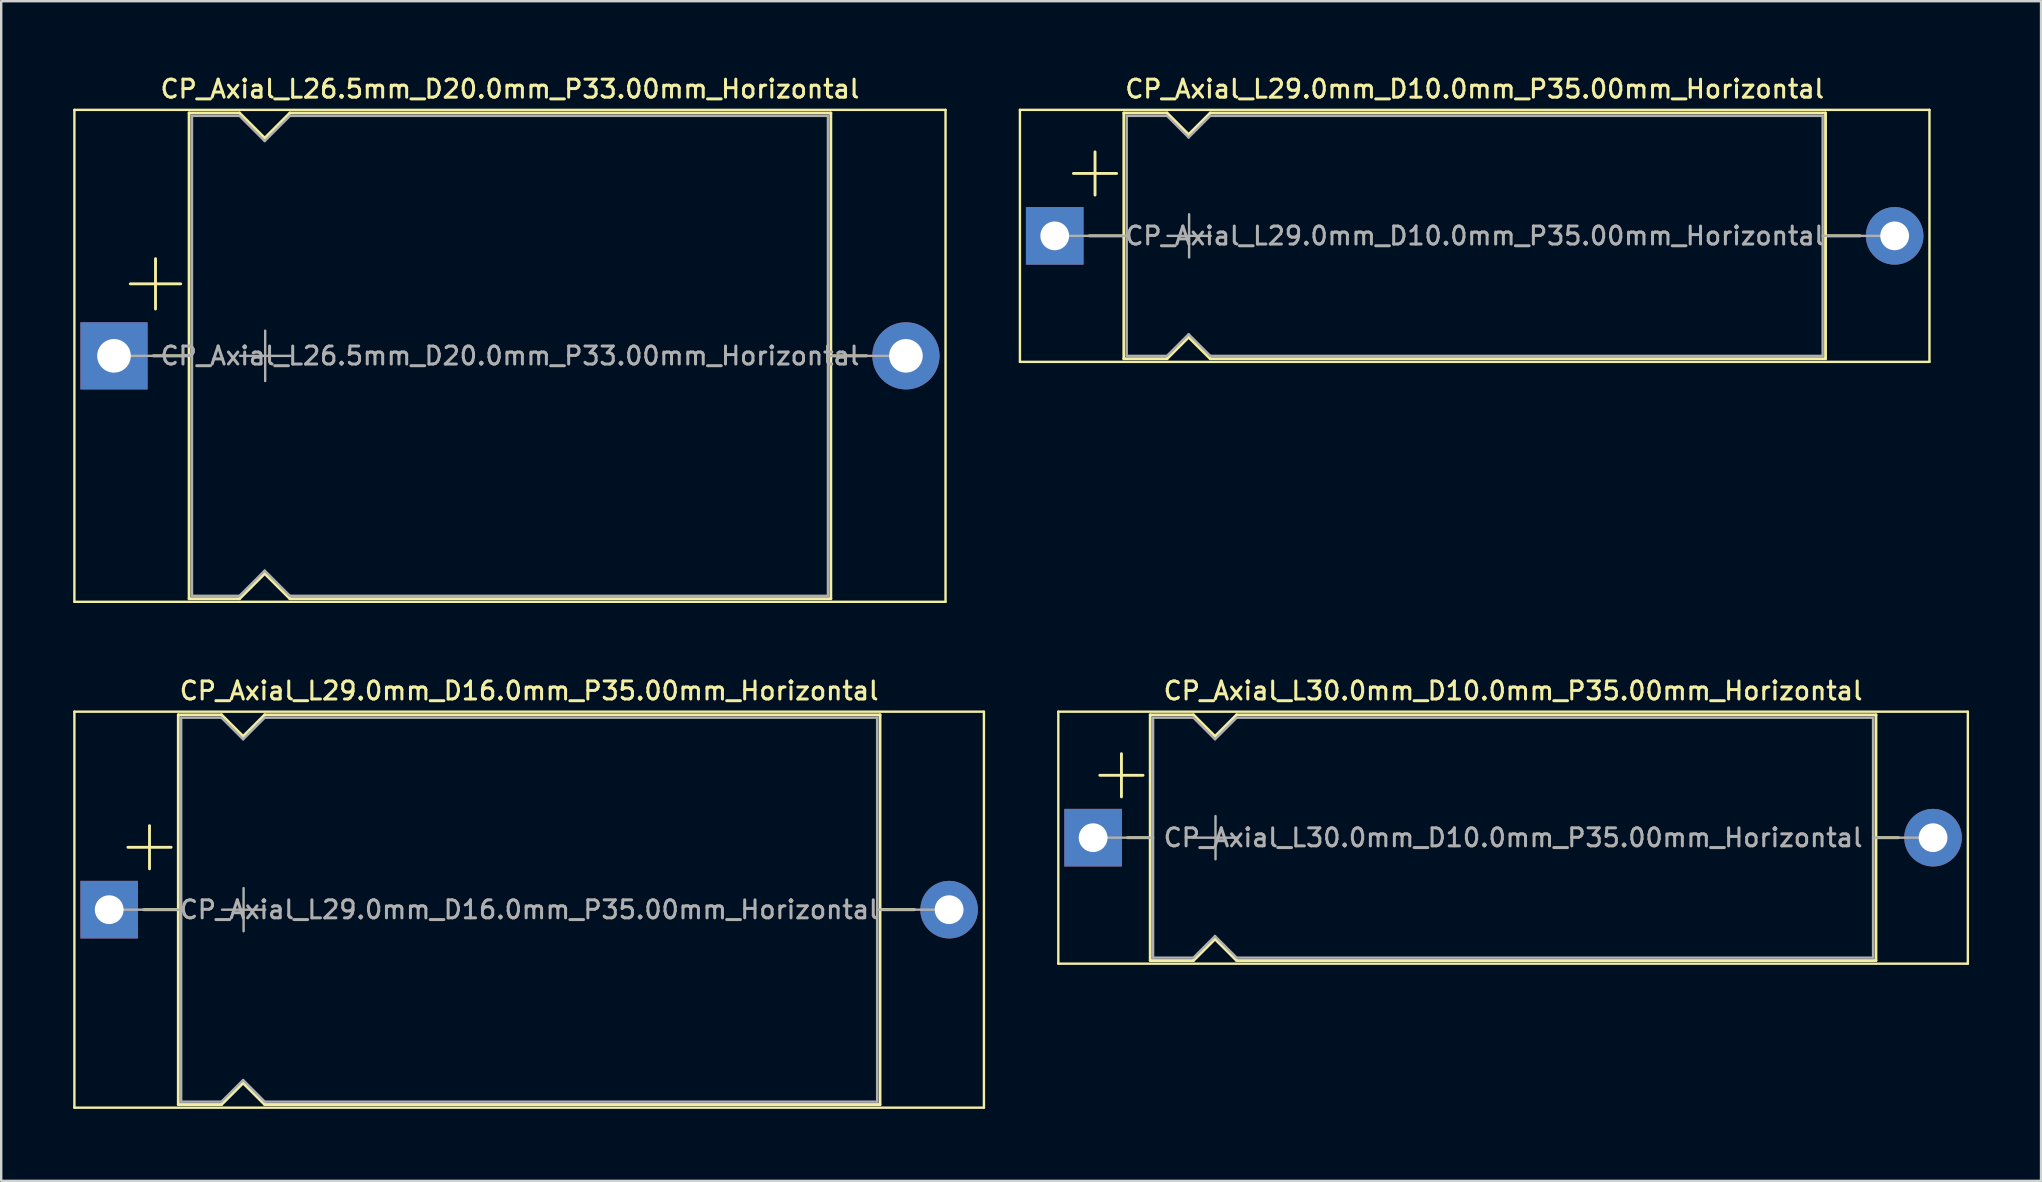
<source format=kicad_pcb>
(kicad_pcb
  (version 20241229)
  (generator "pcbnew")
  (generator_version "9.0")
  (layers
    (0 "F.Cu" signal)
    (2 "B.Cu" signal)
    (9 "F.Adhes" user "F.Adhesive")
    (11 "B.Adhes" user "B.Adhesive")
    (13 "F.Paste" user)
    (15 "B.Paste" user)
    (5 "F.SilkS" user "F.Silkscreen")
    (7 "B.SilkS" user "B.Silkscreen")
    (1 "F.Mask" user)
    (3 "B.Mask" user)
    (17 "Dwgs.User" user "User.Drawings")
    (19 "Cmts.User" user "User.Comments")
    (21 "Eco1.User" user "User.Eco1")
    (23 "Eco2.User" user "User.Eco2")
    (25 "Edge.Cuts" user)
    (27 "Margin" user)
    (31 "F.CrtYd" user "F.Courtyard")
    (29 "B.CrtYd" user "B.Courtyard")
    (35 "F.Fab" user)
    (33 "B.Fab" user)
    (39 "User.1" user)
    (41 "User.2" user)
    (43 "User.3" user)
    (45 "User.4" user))
  (footprint "CP_Axial_L26.5mm_D20.0mm_P33.00mm_Horizontal"
    (layer "F.Cu")
    (at 1.7 11.778)
    (property "Reference" "CP_Axial_L26.5mm_D20.0mm_P33.00mm_Horizontal" (at 16.5 -11.12 0) (layer "F.SilkS") (effects (font (size 0.75 0.75) (thickness 0.125))))
    (attr through_hole)
    (fp_line (start -1.65 -10.25) (end -1.65 10.25) (stroke (width 0.1) (type solid)) (layer "F.SilkS"))
    (fp_line (start -1.65 10.25) (end 34.65 10.25) (stroke (width 0.1) (type solid)) (layer "F.SilkS"))
    (fp_line (start 0.68 -3) (end 2.78 -3) (stroke (width 0.12) (type solid)) (layer "F.SilkS"))
    (fp_line (start 1.64 0) (end 3.13 0) (stroke (width 0.12) (type solid)) (layer "F.SilkS"))
    (fp_line (start 1.73 -4.05) (end 1.73 -1.95) (stroke (width 0.12) (type solid)) (layer "F.SilkS"))
    (fp_line (start 3.13 -10.12) (end 3.13 10.12) (stroke (width 0.12) (type solid)) (layer "F.SilkS"))
    (fp_line (start 3.13 -10.12) (end 5.23 -10.12) (stroke (width 0.12) (type solid)) (layer "F.SilkS"))
    (fp_line (start 3.13 10.12) (end 5.23 10.12) (stroke (width 0.12) (type solid)) (layer "F.SilkS"))
    (fp_line (start 5.23 -10.12) (end 6.28 -9.07) (stroke (width 0.12) (type solid)) (layer "F.SilkS"))
    (fp_line (start 5.23 10.12) (end 6.28 9.07) (stroke (width 0.12) (type solid)) (layer "F.SilkS"))
    (fp_line (start 6.28 -9.07) (end 7.33 -10.12) (stroke (width 0.12) (type solid)) (layer "F.SilkS"))
    (fp_line (start 6.28 9.07) (end 7.33 10.12) (stroke (width 0.12) (type solid)) (layer "F.SilkS"))
    (fp_line (start 7.33 -10.12) (end 29.87 -10.12) (stroke (width 0.12) (type solid)) (layer "F.SilkS"))
    (fp_line (start 7.33 10.12) (end 29.87 10.12) (stroke (width 0.12) (type solid)) (layer "F.SilkS"))
    (fp_line (start 29.87 -10.12) (end 29.87 10.12) (stroke (width 0.12) (type solid)) (layer "F.SilkS"))
    (fp_line (start 31.36 0) (end 29.87 0) (stroke (width 0.12) (type solid)) (layer "F.SilkS"))
    (fp_line (start 34.65 -10.25) (end -1.65 -10.25) (stroke (width 0.1) (type solid)) (layer "F.SilkS"))
    (fp_line (start 34.65 10.25) (end 34.65 -10.25) (stroke (width 0.1) (type solid)) (layer "F.SilkS"))
    (fp_line (start 0 0) (end 3.25 0) (stroke (width 0.1) (type solid)) (layer "F.Fab"))
    (fp_line (start 3.25 -10) (end 3.25 10) (stroke (width 0.1) (type solid)) (layer "F.Fab"))
    (fp_line (start 3.25 -10) (end 5.23 -10) (stroke (width 0.1) (type solid)) (layer "F.Fab"))
    (fp_line (start 3.25 10) (end 5.23 10) (stroke (width 0.1) (type solid)) (layer "F.Fab"))
    (fp_line (start 5.23 -10) (end 6.28 -8.95) (stroke (width 0.1) (type solid)) (layer "F.Fab"))
    (fp_line (start 5.23 10) (end 6.28 8.95) (stroke (width 0.1) (type solid)) (layer "F.Fab"))
    (fp_line (start 5.25 0) (end 7.35 0) (stroke (width 0.1) (type solid)) (layer "F.Fab"))
    (fp_line (start 6.28 -8.95) (end 7.33 -10) (stroke (width 0.1) (type solid)) (layer "F.Fab"))
    (fp_line (start 6.28 8.95) (end 7.33 10) (stroke (width 0.1) (type solid)) (layer "F.Fab"))
    (fp_line (start 6.3 -1.05) (end 6.3 1.05) (stroke (width 0.1) (type solid)) (layer "F.Fab"))
    (fp_line (start 7.33 -10) (end 29.75 -10) (stroke (width 0.1) (type solid)) (layer "F.Fab"))
    (fp_line (start 7.33 10) (end 29.75 10) (stroke (width 0.1) (type solid)) (layer "F.Fab"))
    (fp_line (start 29.75 -10) (end 29.75 10) (stroke (width 0.1) (type solid)) (layer "F.Fab"))
    (fp_line (start 33 0) (end 29.75 0) (stroke (width 0.1) (type solid)) (layer "F.Fab"))
    (fp_text user "${REFERENCE}" (at 16.5 0 0) (layer "F.Fab") (effects (font (size 0.75 0.75) (thickness 0.125))))
    (pad "1" thru_hole rect (at 0 0) (size 2.8 2.8) (drill 1.4) (layers "*.Cu" "*.Mask"))
    (pad "2" thru_hole oval (at 33 0) (size 2.8 2.8) (drill 1.4) (layers "*.Cu" "*.Mask")))
  (footprint "CP_Axial_L29.0mm_D10.0mm_P35.00mm_Horizontal"
    (layer "F.Cu")
    (at 40.9 6.778)
    (property "Reference" "CP_Axial_L29.0mm_D10.0mm_P35.00mm_Horizontal" (at 17.5 -6.12 0) (layer "F.SilkS") (effects (font (size 0.75 0.75) (thickness 0.125))))
    (attr through_hole)
    (fp_line (start -1.45 -5.25) (end -1.45 5.25) (stroke (width 0.1) (type solid)) (layer "F.SilkS"))
    (fp_line (start -1.45 5.25) (end 36.45 5.25) (stroke (width 0.1) (type solid)) (layer "F.SilkS"))
    (fp_line (start 0.78 -2.6) (end 2.58 -2.6) (stroke (width 0.12) (type solid)) (layer "F.SilkS"))
    (fp_line (start 1.44 0) (end 2.88 0) (stroke (width 0.12) (type solid)) (layer "F.SilkS"))
    (fp_line (start 1.68 -3.5) (end 1.68 -1.7) (stroke (width 0.12) (type solid)) (layer "F.SilkS"))
    (fp_line (start 2.88 -5.12) (end 2.88 5.12) (stroke (width 0.12) (type solid)) (layer "F.SilkS"))
    (fp_line (start 2.88 -5.12) (end 4.68 -5.12) (stroke (width 0.12) (type solid)) (layer "F.SilkS"))
    (fp_line (start 2.88 5.12) (end 4.68 5.12) (stroke (width 0.12) (type solid)) (layer "F.SilkS"))
    (fp_line (start 4.68 -5.12) (end 5.58 -4.22) (stroke (width 0.12) (type solid)) (layer "F.SilkS"))
    (fp_line (start 4.68 5.12) (end 5.58 4.22) (stroke (width 0.12) (type solid)) (layer "F.SilkS"))
    (fp_line (start 5.58 -4.22) (end 6.48 -5.12) (stroke (width 0.12) (type solid)) (layer "F.SilkS"))
    (fp_line (start 5.58 4.22) (end 6.48 5.12) (stroke (width 0.12) (type solid)) (layer "F.SilkS"))
    (fp_line (start 6.48 -5.12) (end 32.12 -5.12) (stroke (width 0.12) (type solid)) (layer "F.SilkS"))
    (fp_line (start 6.48 5.12) (end 32.12 5.12) (stroke (width 0.12) (type solid)) (layer "F.SilkS"))
    (fp_line (start 32.12 -5.12) (end 32.12 5.12) (stroke (width 0.12) (type solid)) (layer "F.SilkS"))
    (fp_line (start 33.56 0) (end 32.12 0) (stroke (width 0.12) (type solid)) (layer "F.SilkS"))
    (fp_line (start 36.45 -5.25) (end -1.45 -5.25) (stroke (width 0.1) (type solid)) (layer "F.SilkS"))
    (fp_line (start 36.45 5.25) (end 36.45 -5.25) (stroke (width 0.1) (type solid)) (layer "F.SilkS"))
    (fp_line (start 0 0) (end 3 0) (stroke (width 0.1) (type solid)) (layer "F.Fab"))
    (fp_line (start 3 -5) (end 3 5) (stroke (width 0.1) (type solid)) (layer "F.Fab"))
    (fp_line (start 3 -5) (end 4.68 -5) (stroke (width 0.1) (type solid)) (layer "F.Fab"))
    (fp_line (start 3 5) (end 4.68 5) (stroke (width 0.1) (type solid)) (layer "F.Fab"))
    (fp_line (start 4.68 -5) (end 5.58 -4.1) (stroke (width 0.1) (type solid)) (layer "F.Fab"))
    (fp_line (start 4.68 5) (end 5.58 4.1) (stroke (width 0.1) (type solid)) (layer "F.Fab"))
    (fp_line (start 4.7 0) (end 6.5 0) (stroke (width 0.1) (type solid)) (layer "F.Fab"))
    (fp_line (start 5.58 -4.1) (end 6.48 -5) (stroke (width 0.1) (type solid)) (layer "F.Fab"))
    (fp_line (start 5.58 4.1) (end 6.48 5) (stroke (width 0.1) (type solid)) (layer "F.Fab"))
    (fp_line (start 5.6 -0.9) (end 5.6 0.9) (stroke (width 0.1) (type solid)) (layer "F.Fab"))
    (fp_line (start 6.48 -5) (end 32 -5) (stroke (width 0.1) (type solid)) (layer "F.Fab"))
    (fp_line (start 6.48 5) (end 32 5) (stroke (width 0.1) (type solid)) (layer "F.Fab"))
    (fp_line (start 32 -5) (end 32 5) (stroke (width 0.1) (type solid)) (layer "F.Fab"))
    (fp_line (start 35 0) (end 32 0) (stroke (width 0.1) (type solid)) (layer "F.Fab"))
    (fp_text user "${REFERENCE}" (at 17.5 0 0) (layer "F.Fab") (effects (font (size 0.75 0.75) (thickness 0.125))))
    (pad "1" thru_hole rect (at 0 0) (size 2.4 2.4) (drill 1.2) (layers "*.Cu" "*.Mask"))
    (pad "2" thru_hole oval (at 35 0) (size 2.4 2.4) (drill 1.2) (layers "*.Cu" "*.Mask")))
  (footprint "CP_Axial_L29.0mm_D16.0mm_P35.00mm_Horizontal"
    (layer "F.Cu")
    (at 1.5 34.856)
    (property "Reference" "CP_Axial_L29.0mm_D16.0mm_P35.00mm_Horizontal" (at 17.5 -9.12 0) (layer "F.SilkS") (effects (font (size 0.75 0.75) (thickness 0.125))))
    (attr through_hole)
    (fp_line (start -1.45 -8.25) (end -1.45 8.25) (stroke (width 0.1) (type solid)) (layer "F.SilkS"))
    (fp_line (start -1.45 8.25) (end 36.45 8.25) (stroke (width 0.1) (type solid)) (layer "F.SilkS"))
    (fp_line (start 0.78 -2.6) (end 2.58 -2.6) (stroke (width 0.12) (type solid)) (layer "F.SilkS"))
    (fp_line (start 1.44 0) (end 2.88 0) (stroke (width 0.12) (type solid)) (layer "F.SilkS"))
    (fp_line (start 1.68 -3.5) (end 1.68 -1.7) (stroke (width 0.12) (type solid)) (layer "F.SilkS"))
    (fp_line (start 2.88 -8.12) (end 2.88 8.12) (stroke (width 0.12) (type solid)) (layer "F.SilkS"))
    (fp_line (start 2.88 -8.12) (end 4.68 -8.12) (stroke (width 0.12) (type solid)) (layer "F.SilkS"))
    (fp_line (start 2.88 8.12) (end 4.68 8.12) (stroke (width 0.12) (type solid)) (layer "F.SilkS"))
    (fp_line (start 4.68 -8.12) (end 5.58 -7.22) (stroke (width 0.12) (type solid)) (layer "F.SilkS"))
    (fp_line (start 4.68 8.12) (end 5.58 7.22) (stroke (width 0.12) (type solid)) (layer "F.SilkS"))
    (fp_line (start 5.58 -7.22) (end 6.48 -8.12) (stroke (width 0.12) (type solid)) (layer "F.SilkS"))
    (fp_line (start 5.58 7.22) (end 6.48 8.12) (stroke (width 0.12) (type solid)) (layer "F.SilkS"))
    (fp_line (start 6.48 -8.12) (end 32.12 -8.12) (stroke (width 0.12) (type solid)) (layer "F.SilkS"))
    (fp_line (start 6.48 8.12) (end 32.12 8.12) (stroke (width 0.12) (type solid)) (layer "F.SilkS"))
    (fp_line (start 32.12 -8.12) (end 32.12 8.12) (stroke (width 0.12) (type solid)) (layer "F.SilkS"))
    (fp_line (start 33.56 0) (end 32.12 0) (stroke (width 0.12) (type solid)) (layer "F.SilkS"))
    (fp_line (start 36.45 -8.25) (end -1.45 -8.25) (stroke (width 0.1) (type solid)) (layer "F.SilkS"))
    (fp_line (start 36.45 8.25) (end 36.45 -8.25) (stroke (width 0.1) (type solid)) (layer "F.SilkS"))
    (fp_line (start 0 0) (end 3 0) (stroke (width 0.1) (type solid)) (layer "F.Fab"))
    (fp_line (start 3 -8) (end 3 8) (stroke (width 0.1) (type solid)) (layer "F.Fab"))
    (fp_line (start 3 -8) (end 4.68 -8) (stroke (width 0.1) (type solid)) (layer "F.Fab"))
    (fp_line (start 3 8) (end 4.68 8) (stroke (width 0.1) (type solid)) (layer "F.Fab"))
    (fp_line (start 4.68 -8) (end 5.58 -7.1) (stroke (width 0.1) (type solid)) (layer "F.Fab"))
    (fp_line (start 4.68 8) (end 5.58 7.1) (stroke (width 0.1) (type solid)) (layer "F.Fab"))
    (fp_line (start 4.7 0) (end 6.5 0) (stroke (width 0.1) (type solid)) (layer "F.Fab"))
    (fp_line (start 5.58 -7.1) (end 6.48 -8) (stroke (width 0.1) (type solid)) (layer "F.Fab"))
    (fp_line (start 5.58 7.1) (end 6.48 8) (stroke (width 0.1) (type solid)) (layer "F.Fab"))
    (fp_line (start 5.6 -0.9) (end 5.6 0.9) (stroke (width 0.1) (type solid)) (layer "F.Fab"))
    (fp_line (start 6.48 -8) (end 32 -8) (stroke (width 0.1) (type solid)) (layer "F.Fab"))
    (fp_line (start 6.48 8) (end 32 8) (stroke (width 0.1) (type solid)) (layer "F.Fab"))
    (fp_line (start 32 -8) (end 32 8) (stroke (width 0.1) (type solid)) (layer "F.Fab"))
    (fp_line (start 35 0) (end 32 0) (stroke (width 0.1) (type solid)) (layer "F.Fab"))
    (fp_text user "${REFERENCE}" (at 17.5 0 0) (layer "F.Fab") (effects (font (size 0.75 0.75) (thickness 0.125))))
    (pad "1" thru_hole rect (at 0 0) (size 2.4 2.4) (drill 1.2) (layers "*.Cu" "*.Mask"))
    (pad "2" thru_hole oval (at 35 0) (size 2.4 2.4) (drill 1.2) (layers "*.Cu" "*.Mask")))
  (footprint "CP_Axial_L30.0mm_D10.0mm_P35.00mm_Horizontal"
    (layer "F.Cu")
    (at 42.5 31.856)
    (property "Reference" "CP_Axial_L30.0mm_D10.0mm_P35.00mm_Horizontal" (at 17.5 -6.12 0) (layer "F.SilkS") (effects (font (size 0.75 0.75) (thickness 0.125))))
    (attr through_hole)
    (fp_line (start -1.45 -5.25) (end -1.45 5.25) (stroke (width 0.1) (type solid)) (layer "F.SilkS"))
    (fp_line (start -1.45 5.25) (end 36.45 5.25) (stroke (width 0.1) (type solid)) (layer "F.SilkS"))
    (fp_line (start 0.28 -2.6) (end 2.08 -2.6) (stroke (width 0.12) (type solid)) (layer "F.SilkS"))
    (fp_line (start 1.18 -3.5) (end 1.18 -1.7) (stroke (width 0.12) (type solid)) (layer "F.SilkS"))
    (fp_line (start 1.44 0) (end 2.38 0) (stroke (width 0.12) (type solid)) (layer "F.SilkS"))
    (fp_line (start 2.38 -5.12) (end 2.38 5.12) (stroke (width 0.12) (type solid)) (layer "F.SilkS"))
    (fp_line (start 2.38 -5.12) (end 4.18 -5.12) (stroke (width 0.12) (type solid)) (layer "F.SilkS"))
    (fp_line (start 2.38 5.12) (end 4.18 5.12) (stroke (width 0.12) (type solid)) (layer "F.SilkS"))
    (fp_line (start 4.18 -5.12) (end 5.08 -4.22) (stroke (width 0.12) (type solid)) (layer "F.SilkS"))
    (fp_line (start 4.18 5.12) (end 5.08 4.22) (stroke (width 0.12) (type solid)) (layer "F.SilkS"))
    (fp_line (start 5.08 -4.22) (end 5.98 -5.12) (stroke (width 0.12) (type solid)) (layer "F.SilkS"))
    (fp_line (start 5.08 4.22) (end 5.98 5.12) (stroke (width 0.12) (type solid)) (layer "F.SilkS"))
    (fp_line (start 5.98 -5.12) (end 32.62 -5.12) (stroke (width 0.12) (type solid)) (layer "F.SilkS"))
    (fp_line (start 5.98 5.12) (end 32.62 5.12) (stroke (width 0.12) (type solid)) (layer "F.SilkS"))
    (fp_line (start 32.62 -5.12) (end 32.62 5.12) (stroke (width 0.12) (type solid)) (layer "F.SilkS"))
    (fp_line (start 33.56 0) (end 32.62 0) (stroke (width 0.12) (type solid)) (layer "F.SilkS"))
    (fp_line (start 36.45 -5.25) (end -1.45 -5.25) (stroke (width 0.1) (type solid)) (layer "F.SilkS"))
    (fp_line (start 36.45 5.25) (end 36.45 -5.25) (stroke (width 0.1) (type solid)) (layer "F.SilkS"))
    (fp_line (start 0 0) (end 2.5 0) (stroke (width 0.1) (type solid)) (layer "F.Fab"))
    (fp_line (start 2.5 -5) (end 2.5 5) (stroke (width 0.1) (type solid)) (layer "F.Fab"))
    (fp_line (start 2.5 -5) (end 4.18 -5) (stroke (width 0.1) (type solid)) (layer "F.Fab"))
    (fp_line (start 2.5 5) (end 4.18 5) (stroke (width 0.1) (type solid)) (layer "F.Fab"))
    (fp_line (start 4.18 -5) (end 5.08 -4.1) (stroke (width 0.1) (type solid)) (layer "F.Fab"))
    (fp_line (start 4.18 5) (end 5.08 4.1) (stroke (width 0.1) (type solid)) (layer "F.Fab"))
    (fp_line (start 4.2 0) (end 6 0) (stroke (width 0.1) (type solid)) (layer "F.Fab"))
    (fp_line (start 5.08 -4.1) (end 5.98 -5) (stroke (width 0.1) (type solid)) (layer "F.Fab"))
    (fp_line (start 5.08 4.1) (end 5.98 5) (stroke (width 0.1) (type solid)) (layer "F.Fab"))
    (fp_line (start 5.1 -0.9) (end 5.1 0.9) (stroke (width 0.1) (type solid)) (layer "F.Fab"))
    (fp_line (start 5.98 -5) (end 32.5 -5) (stroke (width 0.1) (type solid)) (layer "F.Fab"))
    (fp_line (start 5.98 5) (end 32.5 5) (stroke (width 0.1) (type solid)) (layer "F.Fab"))
    (fp_line (start 32.5 -5) (end 32.5 5) (stroke (width 0.1) (type solid)) (layer "F.Fab"))
    (fp_line (start 35 0) (end 32.5 0) (stroke (width 0.1) (type solid)) (layer "F.Fab"))
    (fp_text user "${REFERENCE}" (at 17.5 0 0) (layer "F.Fab") (effects (font (size 0.75 0.75) (thickness 0.125))))
    (pad "1" thru_hole rect (at 0 0) (size 2.4 2.4) (drill 1.2) (layers "*.Cu" "*.Mask"))
    (pad "2" thru_hole oval (at 35 0) (size 2.4 2.4) (drill 1.2) (layers "*.Cu" "*.Mask")))
  (gr_rect
    (start -3 -3)
    (end 82 46.156)
    (stroke (width 0.1) (type default))
    (fill no)
    (layer "Edge.Cuts")))
</source>
